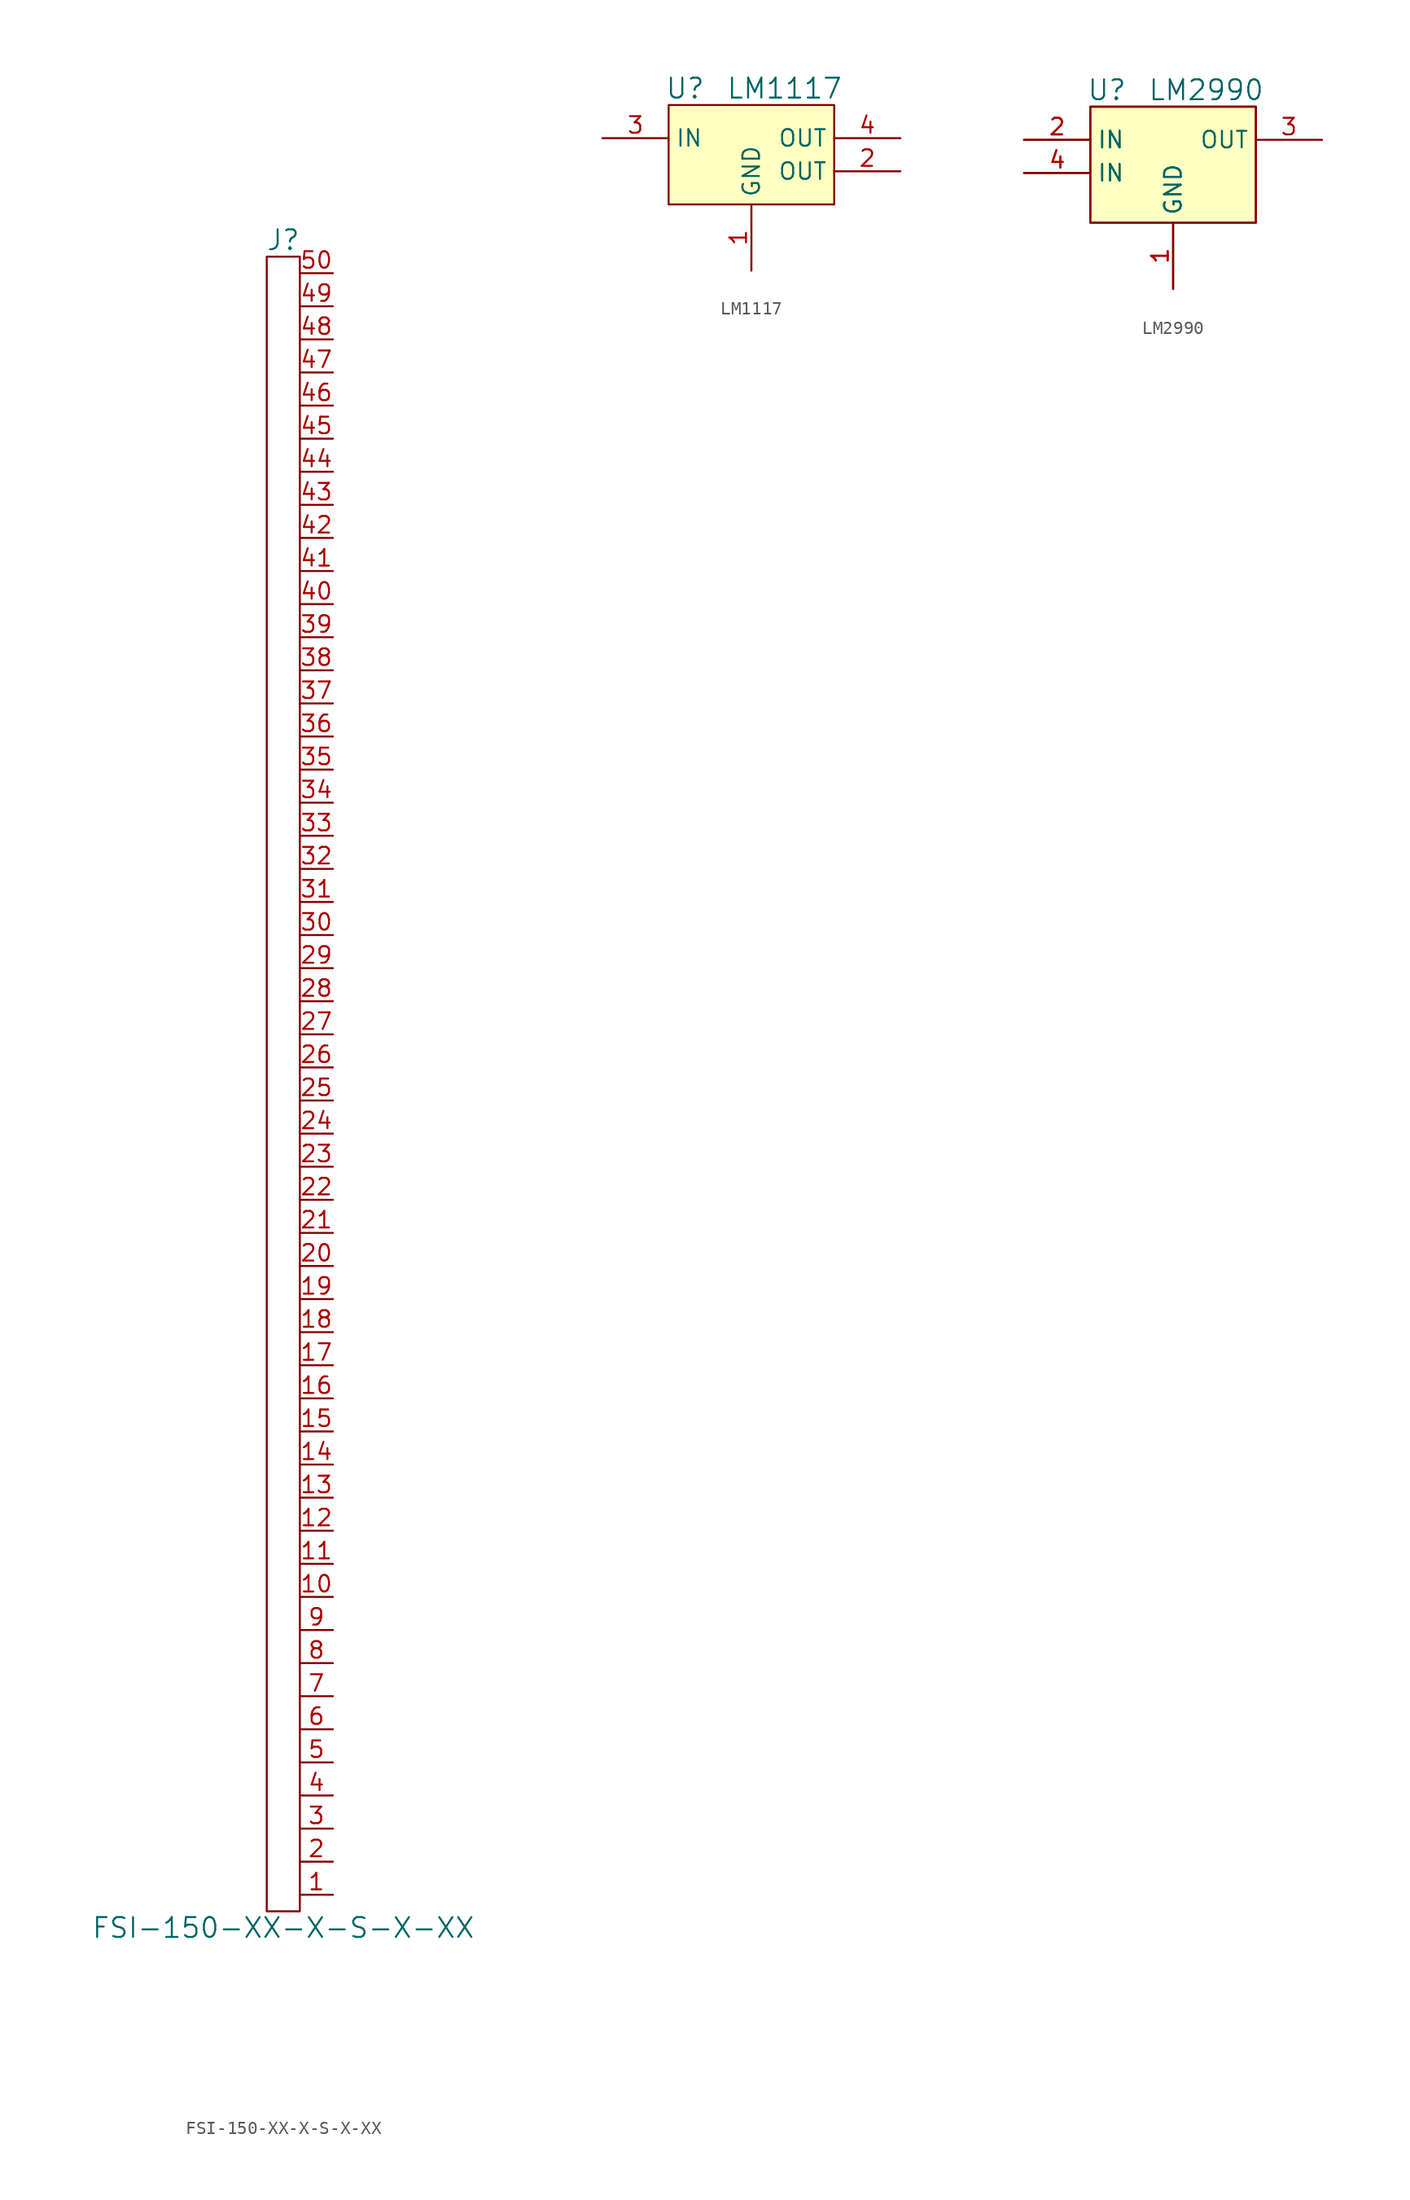
<source format=kicad_sym>
(kicad_symbol_lib
  (version 20241209)
  (generator "kicad_symbol_editor")
  (generator_version "9.0")
  (symbol "FSI-150-XX-X-S-X-XX"
    (property "Reference" "J"
      (at 0 64.77 0)
      (effects (font (size 1.524 1.524))))
    (property "Value" "FSI-150-XX-X-S-X-XX"
      (at 0 -64.77 0)
      (effects (font (size 1.524 1.524))))
    (symbol "FSI-150-XX-X-S-X-XX_0_1"
      (rectangle (start -1.27 63.5) (end 1.27 -63.5) (stroke (width 0) (type default)) (fill (type none))))
    (symbol "FSI-150-XX-X-S-X-XX_1_1"
      (pin passive line (at 3.81 62.23 180) (length 2.54) (name "~" (effects (font (size 1.27 1.27)))) (number "50" (effects (font (size 1.27 1.27)))))
      (pin passive line (at 3.81 59.69 180) (length 2.54) (name "~" (effects (font (size 1.27 1.27)))) (number "49" (effects (font (size 1.27 1.27)))))
      (pin passive line (at 3.81 57.15 180) (length 2.54) (name "~" (effects (font (size 1.27 1.27)))) (number "48" (effects (font (size 1.27 1.27)))))
      (pin passive line (at 3.81 54.61 180) (length 2.54) (name "~" (effects (font (size 1.27 1.27)))) (number "47" (effects (font (size 1.27 1.27)))))
      (pin passive line (at 3.81 52.07 180) (length 2.54) (name "~" (effects (font (size 1.27 1.27)))) (number "46" (effects (font (size 1.27 1.27)))))
      (pin passive line (at 3.81 49.53 180) (length 2.54) (name "~" (effects (font (size 1.27 1.27)))) (number "45" (effects (font (size 1.27 1.27)))))
      (pin passive line (at 3.81 46.99 180) (length 2.54) (name "~" (effects (font (size 1.27 1.27)))) (number "44" (effects (font (size 1.27 1.27)))))
      (pin passive line (at 3.81 44.45 180) (length 2.54) (name "~" (effects (font (size 1.27 1.27)))) (number "43" (effects (font (size 1.27 1.27)))))
      (pin passive line (at 3.81 41.91 180) (length 2.54) (name "~" (effects (font (size 1.27 1.27)))) (number "42" (effects (font (size 1.27 1.27)))))
      (pin passive line (at 3.81 39.37 180) (length 2.54) (name "~" (effects (font (size 1.27 1.27)))) (number "41" (effects (font (size 1.27 1.27)))))
      (pin passive line (at 3.81 36.83 180) (length 2.54) (name "~" (effects (font (size 1.27 1.27)))) (number "40" (effects (font (size 1.27 1.27)))))
      (pin passive line (at 3.81 34.29 180) (length 2.54) (name "~" (effects (font (size 1.27 1.27)))) (number "39" (effects (font (size 1.27 1.27)))))
      (pin passive line (at 3.81 31.75 180) (length 2.54) (name "~" (effects (font (size 1.27 1.27)))) (number "38" (effects (font (size 1.27 1.27)))))
      (pin passive line (at 3.81 29.21 180) (length 2.54) (name "~" (effects (font (size 1.27 1.27)))) (number "37" (effects (font (size 1.27 1.27)))))
      (pin passive line (at 3.81 26.67 180) (length 2.54) (name "~" (effects (font (size 1.27 1.27)))) (number "36" (effects (font (size 1.27 1.27)))))
      (pin passive line (at 3.81 24.13 180) (length 2.54) (name "~" (effects (font (size 1.27 1.27)))) (number "35" (effects (font (size 1.27 1.27)))))
      (pin passive line (at 3.81 21.59 180) (length 2.54) (name "~" (effects (font (size 1.27 1.27)))) (number "34" (effects (font (size 1.27 1.27)))))
      (pin passive line (at 3.81 19.05 180) (length 2.54) (name "~" (effects (font (size 1.27 1.27)))) (number "33" (effects (font (size 1.27 1.27)))))
      (pin passive line (at 3.81 16.51 180) (length 2.54) (name "~" (effects (font (size 1.27 1.27)))) (number "32" (effects (font (size 1.27 1.27)))))
      (pin passive line (at 3.81 13.97 180) (length 2.54) (name "~" (effects (font (size 1.27 1.27)))) (number "31" (effects (font (size 1.27 1.27)))))
      (pin passive line (at 3.81 11.43 180) (length 2.54) (name "~" (effects (font (size 1.27 1.27)))) (number "30" (effects (font (size 1.27 1.27)))))
      (pin passive line (at 3.81 8.89 180) (length 2.54) (name "~" (effects (font (size 1.27 1.27)))) (number "29" (effects (font (size 1.27 1.27)))))
      (pin passive line (at 3.81 6.35 180) (length 2.54) (name "~" (effects (font (size 1.27 1.27)))) (number "28" (effects (font (size 1.27 1.27)))))
      (pin passive line (at 3.81 3.81 180) (length 2.54) (name "~" (effects (font (size 1.27 1.27)))) (number "27" (effects (font (size 1.27 1.27)))))
      (pin passive line (at 3.81 1.27 180) (length 2.54) (name "~" (effects (font (size 1.27 1.27)))) (number "26" (effects (font (size 1.27 1.27)))))
      (pin passive line (at 3.81 -1.27 180) (length 2.54) (name "~" (effects (font (size 1.27 1.27)))) (number "25" (effects (font (size 1.27 1.27)))))
      (pin passive line (at 3.81 -3.81 180) (length 2.54) (name "~" (effects (font (size 1.27 1.27)))) (number "24" (effects (font (size 1.27 1.27)))))
      (pin passive line (at 3.81 -6.35 180) (length 2.54) (name "~" (effects (font (size 1.27 1.27)))) (number "23" (effects (font (size 1.27 1.27)))))
      (pin passive line (at 3.81 -8.89 180) (length 2.54) (name "~" (effects (font (size 1.27 1.27)))) (number "22" (effects (font (size 1.27 1.27)))))
      (pin passive line (at 3.81 -11.43 180) (length 2.54) (name "~" (effects (font (size 1.27 1.27)))) (number "21" (effects (font (size 1.27 1.27)))))
      (pin passive line (at 3.81 -13.97 180) (length 2.54) (name "~" (effects (font (size 1.27 1.27)))) (number "20" (effects (font (size 1.27 1.27)))))
      (pin passive line (at 3.81 -16.51 180) (length 2.54) (name "~" (effects (font (size 1.27 1.27)))) (number "19" (effects (font (size 1.27 1.27)))))
      (pin passive line (at 3.81 -19.05 180) (length 2.54) (name "~" (effects (font (size 1.27 1.27)))) (number "18" (effects (font (size 1.27 1.27)))))
      (pin passive line (at 3.81 -21.59 180) (length 2.54) (name "~" (effects (font (size 1.27 1.27)))) (number "17" (effects (font (size 1.27 1.27)))))
      (pin passive line (at 3.81 -24.13 180) (length 2.54) (name "~" (effects (font (size 1.27 1.27)))) (number "16" (effects (font (size 1.27 1.27)))))
      (pin passive line (at 3.81 -26.67 180) (length 2.54) (name "~" (effects (font (size 1.27 1.27)))) (number "15" (effects (font (size 1.27 1.27)))))
      (pin passive line (at 3.81 -29.21 180) (length 2.54) (name "~" (effects (font (size 1.27 1.27)))) (number "14" (effects (font (size 1.27 1.27)))))
      (pin passive line (at 3.81 -31.75 180) (length 2.54) (name "~" (effects (font (size 1.27 1.27)))) (number "13" (effects (font (size 1.27 1.27)))))
      (pin passive line (at 3.81 -34.29 180) (length 2.54) (name "~" (effects (font (size 1.27 1.27)))) (number "12" (effects (font (size 1.27 1.27)))))
      (pin passive line (at 3.81 -36.83 180) (length 2.54) (name "~" (effects (font (size 1.27 1.27)))) (number "11" (effects (font (size 1.27 1.27)))))
      (pin passive line (at 3.81 -39.37 180) (length 2.54) (name "~" (effects (font (size 1.27 1.27)))) (number "10" (effects (font (size 1.27 1.27)))))
      (pin passive line (at 3.81 -41.91 180) (length 2.54) (name "~" (effects (font (size 1.27 1.27)))) (number "9" (effects (font (size 1.27 1.27)))))
      (pin passive line (at 3.81 -44.45 180) (length 2.54) (name "~" (effects (font (size 1.27 1.27)))) (number "8" (effects (font (size 1.27 1.27)))))
      (pin passive line (at 3.81 -46.99 180) (length 2.54) (name "~" (effects (font (size 1.27 1.27)))) (number "7" (effects (font (size 1.27 1.27)))))
      (pin passive line (at 3.81 -49.53 180) (length 2.54) (name "~" (effects (font (size 1.27 1.27)))) (number "6" (effects (font (size 1.27 1.27)))))
      (pin passive line (at 3.81 -52.07 180) (length 2.54) (name "~" (effects (font (size 1.27 1.27)))) (number "5" (effects (font (size 1.27 1.27)))))
      (pin passive line (at 3.81 -54.61 180) (length 2.54) (name "~" (effects (font (size 1.27 1.27)))) (number "4" (effects (font (size 1.27 1.27)))))
      (pin passive line (at 3.81 -57.15 180) (length 2.54) (name "~" (effects (font (size 1.27 1.27)))) (number "3" (effects (font (size 1.27 1.27)))))
      (pin passive line (at 3.81 -59.69 180) (length 2.54) (name "~" (effects (font (size 1.27 1.27)))) (number "2" (effects (font (size 1.27 1.27)))))
      (pin passive line (at 3.81 -62.23 180) (length 2.54) (name "~" (effects (font (size 1.27 1.27)))) (number "1" (effects (font (size 1.27 1.27)))))))
  (symbol "LM1117"
    (property "Reference" "U"
      (at -5.08 5.08 0)
      (effects (font (size 1.524 1.524))))
    (property "Value" "LM1117"
      (at 2.54 5.08 0)
      (effects (font (size 1.524 1.524))))
    (property "Footprint" ""
      (at 0 0 0)
      (effects (font (size 1.524 1.524))))
    (property "Datasheet" ""
      (at 0 0 0)
      (effects (font (size 1.524 1.524))))
    (symbol "LM1117_0_1"
      (rectangle (start -6.35 3.81) (end 6.35 -3.81) (stroke (width 0) (type default)) (fill (type background))))
    (symbol "LM1117_1_1"
      (pin input line (at -11.43 1.27 0) (length 5.08) (name "IN" (effects (font (size 1.27 1.27)))) (number "3" (effects (font (size 1.27 1.27)))))
      (pin input line (at 0 -8.89 90) (length 5.08) (name "GND" (effects (font (size 1.27 1.27)))) (number "1" (effects (font (size 1.27 1.27)))))
      (pin power_out line (at 11.43 1.27 180) (length 5.08) (name "OUT" (effects (font (size 1.27 1.27)))) (number "4" (effects (font (size 1.27 1.27)))))
      (pin passive line (at 11.43 -1.27 180) (length 5.08) (name "OUT" (effects (font (size 1.27 1.27)))) (number "2" (effects (font (size 1.27 1.27)))))))
  (symbol "LM2990"
    (property "Reference" "U"
      (at -5.08 6.35 0)
      (effects (font (size 1.524 1.524))))
    (property "Value" "LM2990"
      (at 2.54 6.35 0)
      (effects (font (size 1.524 1.524))))
    (property "Footprint" ""
      (at 0 0 0)
      (effects (font (size 1.524 1.524))))
    (property "Datasheet" ""
      (at 0 0 0)
      (effects (font (size 1.524 1.524))))
    (symbol "LM2990_0_1"
      (rectangle (start -6.35 5.08) (end 6.35 -3.81) (stroke (width 0) (type default)) (fill (type none)))
      (rectangle (start -6.35 5.08) (end 6.35 -3.81) (stroke (width 0) (type default)) (fill (type background))))
    (symbol "LM2990_1_1"
      (pin input line (at -11.43 2.54 0) (length 5.08) (name "IN" (effects (font (size 1.27 1.27)))) (number "2" (effects (font (size 1.27 1.27)))))
      (pin input line (at -11.43 2.54 0) (length 5.08) (name "IN" (effects (font (size 1.27 1.27)))) (number "2" (effects (font (size 1.27 1.27)))))
      (pin input line (at -11.43 0 0) (length 5.08) (name "IN" (effects (font (size 1.27 1.27)))) (number "4" (effects (font (size 1.27 1.27)))))
      (pin input line (at -11.43 0 0) (length 5.08) (name "IN" (effects (font (size 1.27 1.27)))) (number "4" (effects (font (size 1.27 1.27)))))
      (pin input line (at 0 -8.89 90) (length 5.08) (name "GND" (effects (font (size 1.27 1.27)))) (number "1" (effects (font (size 1.27 1.27)))))
      (pin input line (at 0 -8.89 90) (length 5.08) (name "GND" (effects (font (size 1.27 1.27)))) (number "1" (effects (font (size 1.27 1.27)))))
      (pin power_out line (at 11.43 2.54 180) (length 5.08) (name "OUT" (effects (font (size 1.27 1.27)))) (number "3" (effects (font (size 1.27 1.27))))))))
</source>
